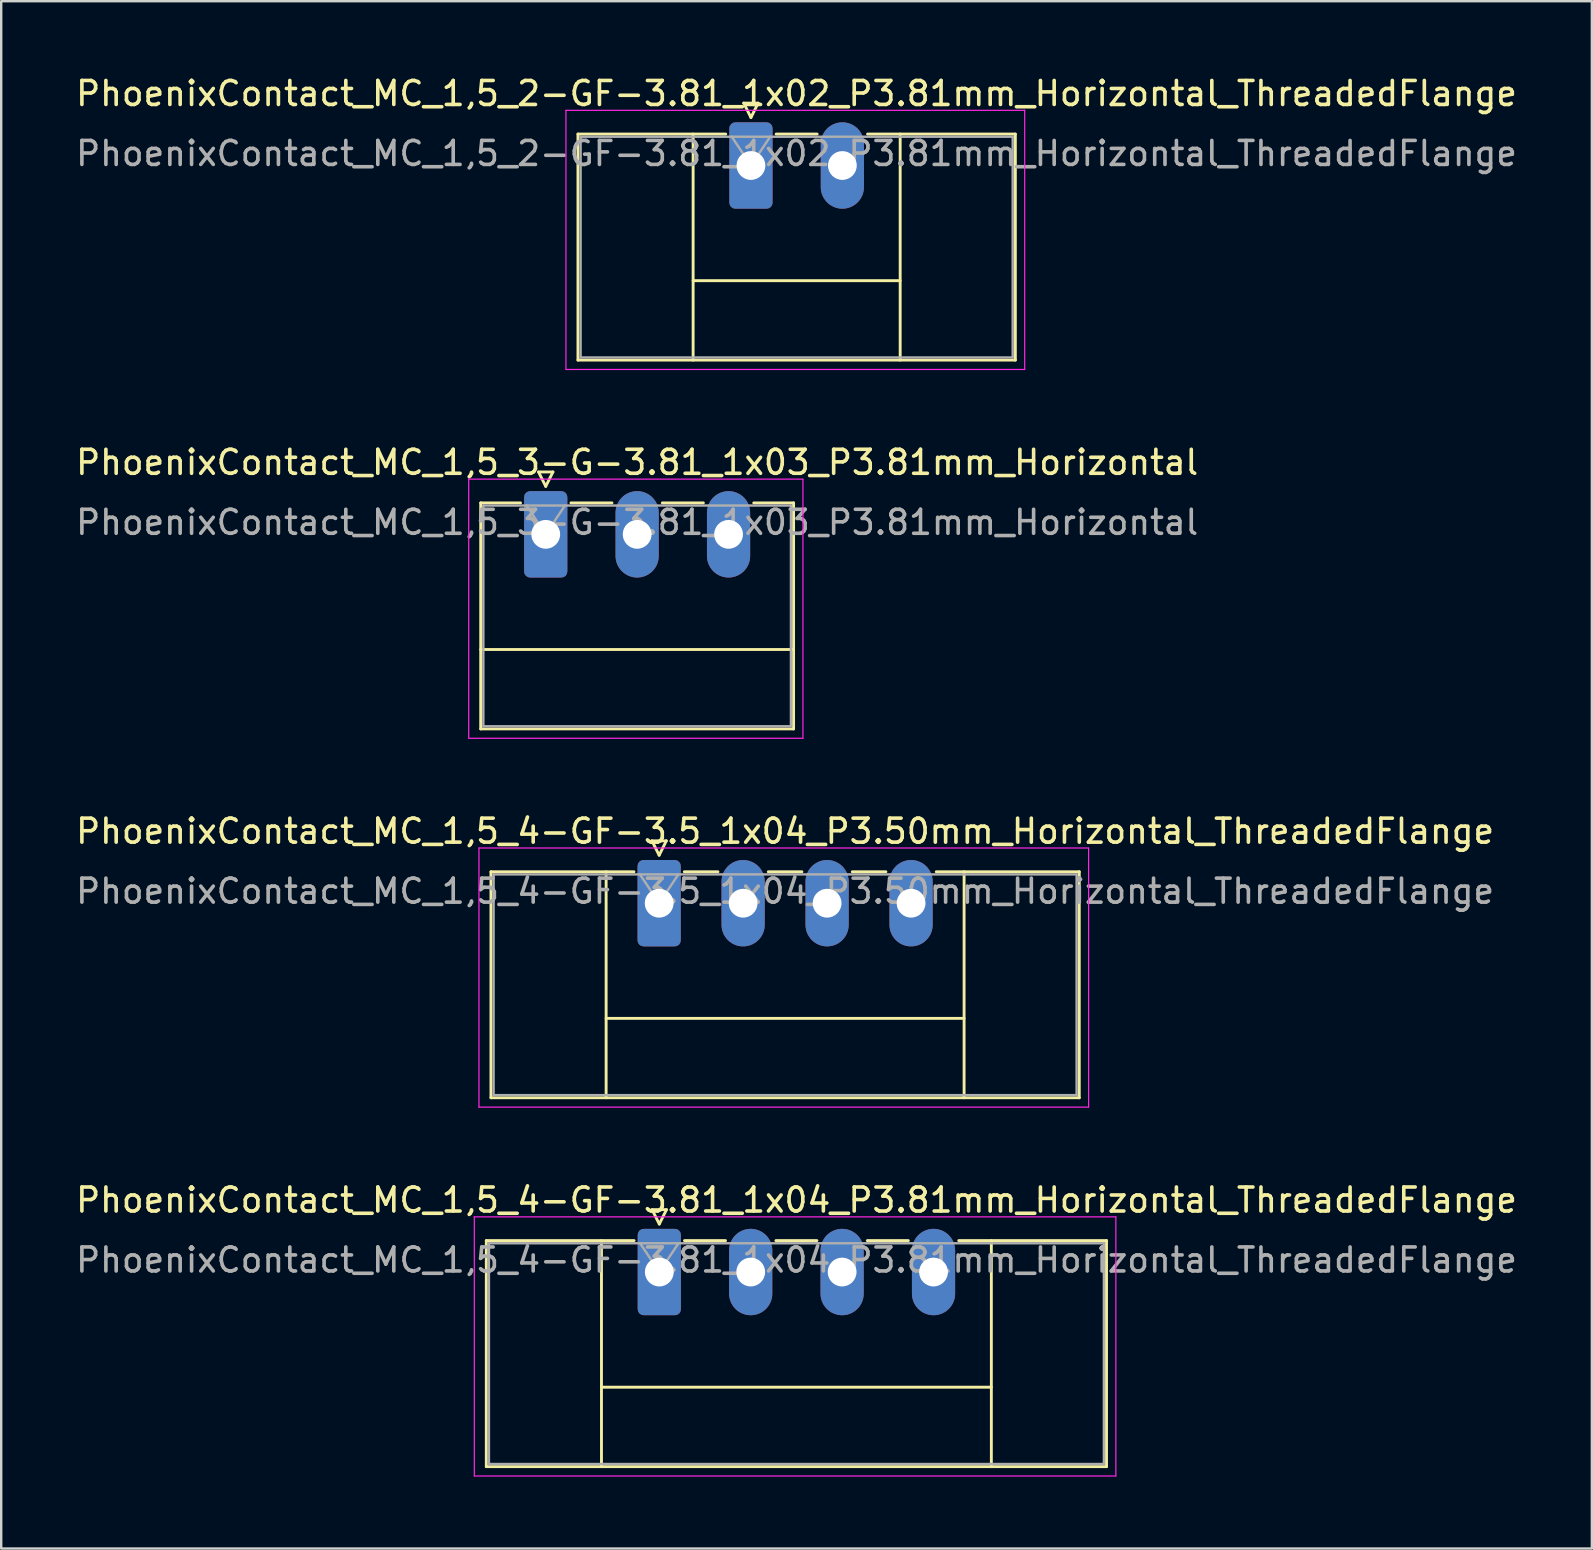
<source format=kicad_pcb>
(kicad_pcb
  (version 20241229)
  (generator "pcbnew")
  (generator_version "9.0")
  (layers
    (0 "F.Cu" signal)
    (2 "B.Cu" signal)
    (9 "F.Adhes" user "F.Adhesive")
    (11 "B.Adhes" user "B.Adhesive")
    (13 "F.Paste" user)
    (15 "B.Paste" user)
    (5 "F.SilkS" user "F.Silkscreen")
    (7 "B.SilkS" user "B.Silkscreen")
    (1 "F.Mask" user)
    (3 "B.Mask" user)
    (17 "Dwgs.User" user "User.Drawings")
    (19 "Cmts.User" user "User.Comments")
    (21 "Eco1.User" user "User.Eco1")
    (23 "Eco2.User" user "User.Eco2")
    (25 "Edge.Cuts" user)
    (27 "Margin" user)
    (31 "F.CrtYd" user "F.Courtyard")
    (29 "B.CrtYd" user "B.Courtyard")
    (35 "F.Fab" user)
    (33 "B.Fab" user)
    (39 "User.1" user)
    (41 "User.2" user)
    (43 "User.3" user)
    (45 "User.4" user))
  (footprint "PhoenixContact_MC_1,5_3-G-3.81_1x03_P3.81mm_Horizontal"
    (layer "F.Cu")
    (at 19.696 19.221)
    (property "Reference" "PhoenixContact_MC_1,5_3-G-3.81_1x03_P3.81mm_Horizontal" (at 3.81 -3 0) (layer "F.SilkS") (effects (font (size 1 1) (thickness 0.15))))
    (attr through_hole)
    (fp_line (start -2.71 -1.31) (end -2.71 8.11) (stroke (width 0.12) (type solid)) (layer "F.SilkS"))
    (fp_line (start -2.71 -1.31) (end -1.05 -1.31) (stroke (width 0.12) (type solid)) (layer "F.SilkS"))
    (fp_line (start -2.71 4.8) (end 10.33 4.8) (stroke (width 0.12) (type solid)) (layer "F.SilkS"))
    (fp_line (start -2.71 8.11) (end 10.33 8.11) (stroke (width 0.12) (type solid)) (layer "F.SilkS"))
    (fp_line (start -0.3 -2.6) (end 0.3 -2.6) (stroke (width 0.12) (type solid)) (layer "F.SilkS"))
    (fp_line (start 0 -2) (end -0.3 -2.6) (stroke (width 0.12) (type solid)) (layer "F.SilkS"))
    (fp_line (start 0.3 -2.6) (end 0 -2) (stroke (width 0.12) (type solid)) (layer "F.SilkS"))
    (fp_line (start 1.05 -1.31) (end 2.76 -1.31) (stroke (width 0.12) (type solid)) (layer "F.SilkS"))
    (fp_line (start 4.86 -1.31) (end 6.57 -1.31) (stroke (width 0.12) (type solid)) (layer "F.SilkS"))
    (fp_line (start 10.33 -1.31) (end 8.67 -1.31) (stroke (width 0.12) (type solid)) (layer "F.SilkS"))
    (fp_line (start 10.33 8.11) (end 10.33 -1.31) (stroke (width 0.12) (type solid)) (layer "F.SilkS"))
    (fp_line (start -3.21 -2.3) (end -3.21 8.5) (stroke (width 0.05) (type solid)) (layer "F.CrtYd"))
    (fp_line (start -3.21 8.5) (end 10.72 8.5) (stroke (width 0.05) (type solid)) (layer "F.CrtYd"))
    (fp_line (start 10.72 -2.3) (end -3.21 -2.3) (stroke (width 0.05) (type solid)) (layer "F.CrtYd"))
    (fp_line (start 10.72 8.5) (end 10.72 -2.3) (stroke (width 0.05) (type solid)) (layer "F.CrtYd"))
    (fp_line (start -2.6 -1.2) (end -2.6 8) (stroke (width 0.1) (type solid)) (layer "F.Fab"))
    (fp_line (start -2.6 8) (end 10.22 8) (stroke (width 0.1) (type solid)) (layer "F.Fab"))
    (fp_line (start 0 0) (end -0.8 -1.2) (stroke (width 0.1) (type solid)) (layer "F.Fab"))
    (fp_line (start 0.8 -1.2) (end 0 0) (stroke (width 0.1) (type solid)) (layer "F.Fab"))
    (fp_line (start 10.22 -1.2) (end -2.6 -1.2) (stroke (width 0.1) (type solid)) (layer "F.Fab"))
    (fp_line (start 10.22 8) (end 10.22 -1.2) (stroke (width 0.1) (type solid)) (layer "F.Fab"))
    (fp_text user "${REFERENCE}" (at 3.81 -0.5 0) (layer "F.Fab") (effects (font (size 1 1) (thickness 0.15))))
    (pad "1" thru_hole roundrect (at 0 0) (size 1.8 3.6) (drill 1.2) (layers "*.Cu" "*.Mask") (roundrect_rratio 0.139))
    (pad "2" thru_hole oval (at 3.81 0) (size 1.8 3.6) (drill 1.2) (layers "*.Cu" "*.Mask"))
    (pad "3" thru_hole oval (at 7.62 0) (size 1.8 3.6) (drill 1.2) (layers "*.Cu" "*.Mask")))
  (footprint "PhoenixContact_MC_1,5_2-GF-3.81_1x02_P3.81mm_Horizontal_ThreadedFlange"
    (layer "F.Cu")
    (at 28.249 3.848)
    (property "Reference" "PhoenixContact_MC_1,5_2-GF-3.81_1x02_P3.81mm_Horizontal_ThreadedFlange" (at 1.9 -3 0) (layer "F.SilkS") (effects (font (size 1 1) (thickness 0.15))))
    (attr through_hole)
    (fp_line (start -7.21 -1.31) (end -7.21 8.11) (stroke (width 0.12) (type solid)) (layer "F.SilkS"))
    (fp_line (start -7.21 -1.31) (end -1.05 -1.31) (stroke (width 0.12) (type solid)) (layer "F.SilkS"))
    (fp_line (start -7.21 8.11) (end 11.02 8.11) (stroke (width 0.12) (type solid)) (layer "F.SilkS"))
    (fp_line (start -2.41 -1.31) (end -2.41 8.11) (stroke (width 0.12) (type solid)) (layer "F.SilkS"))
    (fp_line (start -2.41 4.8) (end 6.22 4.8) (stroke (width 0.12) (type solid)) (layer "F.SilkS"))
    (fp_line (start -0.3 -2.6) (end 0.3 -2.6) (stroke (width 0.12) (type solid)) (layer "F.SilkS"))
    (fp_line (start 0 -2) (end -0.3 -2.6) (stroke (width 0.12) (type solid)) (layer "F.SilkS"))
    (fp_line (start 0.3 -2.6) (end 0 -2) (stroke (width 0.12) (type solid)) (layer "F.SilkS"))
    (fp_line (start 1.05 -1.31) (end 2.76 -1.31) (stroke (width 0.12) (type solid)) (layer "F.SilkS"))
    (fp_line (start 6.22 -1.31) (end 6.22 8.11) (stroke (width 0.12) (type solid)) (layer "F.SilkS"))
    (fp_line (start 11.02 -1.31) (end 4.86 -1.31) (stroke (width 0.12) (type solid)) (layer "F.SilkS"))
    (fp_line (start 11.02 8.11) (end 11.02 -1.31) (stroke (width 0.12) (type solid)) (layer "F.SilkS"))
    (fp_line (start -7.71 -2.3) (end -7.71 8.5) (stroke (width 0.05) (type solid)) (layer "F.CrtYd"))
    (fp_line (start -7.71 8.5) (end 11.41 8.5) (stroke (width 0.05) (type solid)) (layer "F.CrtYd"))
    (fp_line (start 11.41 -2.3) (end -7.71 -2.3) (stroke (width 0.05) (type solid)) (layer "F.CrtYd"))
    (fp_line (start 11.41 8.5) (end 11.41 -2.3) (stroke (width 0.05) (type solid)) (layer "F.CrtYd"))
    (fp_line (start -7.1 -1.2) (end -7.1 8) (stroke (width 0.1) (type solid)) (layer "F.Fab"))
    (fp_line (start -7.1 8) (end 10.91 8) (stroke (width 0.1) (type solid)) (layer "F.Fab"))
    (fp_line (start 0 0) (end -0.8 -1.2) (stroke (width 0.1) (type solid)) (layer "F.Fab"))
    (fp_line (start 0.8 -1.2) (end 0 0) (stroke (width 0.1) (type solid)) (layer "F.Fab"))
    (fp_line (start 10.91 -1.2) (end -7.1 -1.2) (stroke (width 0.1) (type solid)) (layer "F.Fab"))
    (fp_line (start 10.91 8) (end 10.91 -1.2) (stroke (width 0.1) (type solid)) (layer "F.Fab"))
    (fp_text user "${REFERENCE}" (at 1.9 -0.5 0) (layer "F.Fab") (effects (font (size 1 1) (thickness 0.15))))
    (pad "1" thru_hole roundrect (at 0 0) (size 1.8 3.6) (drill 1.2) (layers "*.Cu" "*.Mask") (roundrect_rratio 0.139))
    (pad "2" thru_hole oval (at 3.81 0) (size 1.8 3.6) (drill 1.2) (layers "*.Cu" "*.Mask")))
  (footprint "PhoenixContact_MC_1,5_4-GF-3.5_1x04_P3.50mm_Horizontal_ThreadedFlange"
    (layer "F.Cu")
    (at 24.423 34.595)
    (property "Reference" "PhoenixContact_MC_1,5_4-GF-3.5_1x04_P3.50mm_Horizontal_ThreadedFlange" (at 5.25 -3 0) (layer "F.SilkS") (effects (font (size 1 1) (thickness 0.15))))
    (attr through_hole)
    (fp_line (start -7.01 -1.31) (end -7.01 8.11) (stroke (width 0.12) (type solid)) (layer "F.SilkS"))
    (fp_line (start -7.01 -1.31) (end -1.05 -1.31) (stroke (width 0.12) (type solid)) (layer "F.SilkS"))
    (fp_line (start -7.01 8.11) (end 17.51 8.11) (stroke (width 0.12) (type solid)) (layer "F.SilkS"))
    (fp_line (start -2.21 -1.31) (end -2.21 8.11) (stroke (width 0.12) (type solid)) (layer "F.SilkS"))
    (fp_line (start -2.21 4.8) (end 12.71 4.8) (stroke (width 0.12) (type solid)) (layer "F.SilkS"))
    (fp_line (start -0.3 -2.6) (end 0.3 -2.6) (stroke (width 0.12) (type solid)) (layer "F.SilkS"))
    (fp_line (start 0 -2) (end -0.3 -2.6) (stroke (width 0.12) (type solid)) (layer "F.SilkS"))
    (fp_line (start 0.3 -2.6) (end 0 -2) (stroke (width 0.12) (type solid)) (layer "F.SilkS"))
    (fp_line (start 1.05 -1.31) (end 2.45 -1.31) (stroke (width 0.12) (type solid)) (layer "F.SilkS"))
    (fp_line (start 4.55 -1.31) (end 5.95 -1.31) (stroke (width 0.12) (type solid)) (layer "F.SilkS"))
    (fp_line (start 8.05 -1.31) (end 9.45 -1.31) (stroke (width 0.12) (type solid)) (layer "F.SilkS"))
    (fp_line (start 12.71 -1.31) (end 12.71 8.11) (stroke (width 0.12) (type solid)) (layer "F.SilkS"))
    (fp_line (start 17.51 -1.31) (end 11.55 -1.31) (stroke (width 0.12) (type solid)) (layer "F.SilkS"))
    (fp_line (start 17.51 8.11) (end 17.51 -1.31) (stroke (width 0.12) (type solid)) (layer "F.SilkS"))
    (fp_line (start -7.51 -2.3) (end -7.51 8.5) (stroke (width 0.05) (type solid)) (layer "F.CrtYd"))
    (fp_line (start -7.51 8.5) (end 17.9 8.5) (stroke (width 0.05) (type solid)) (layer "F.CrtYd"))
    (fp_line (start 17.9 -2.3) (end -7.51 -2.3) (stroke (width 0.05) (type solid)) (layer "F.CrtYd"))
    (fp_line (start 17.9 8.5) (end 17.9 -2.3) (stroke (width 0.05) (type solid)) (layer "F.CrtYd"))
    (fp_line (start -6.9 -1.2) (end -6.9 8) (stroke (width 0.1) (type solid)) (layer "F.Fab"))
    (fp_line (start -6.9 8) (end 17.4 8) (stroke (width 0.1) (type solid)) (layer "F.Fab"))
    (fp_line (start 0 0) (end -0.8 -1.2) (stroke (width 0.1) (type solid)) (layer "F.Fab"))
    (fp_line (start 0.8 -1.2) (end 0 0) (stroke (width 0.1) (type solid)) (layer "F.Fab"))
    (fp_line (start 17.4 -1.2) (end -6.9 -1.2) (stroke (width 0.1) (type solid)) (layer "F.Fab"))
    (fp_line (start 17.4 8) (end 17.4 -1.2) (stroke (width 0.1) (type solid)) (layer "F.Fab"))
    (fp_text user "${REFERENCE}" (at 5.25 -0.5 0) (layer "F.Fab") (effects (font (size 1 1) (thickness 0.15))))
    (pad "1" thru_hole roundrect (at 0 0) (size 1.8 3.6) (drill 1.2) (layers "*.Cu" "*.Mask") (roundrect_rratio 0.139))
    (pad "2" thru_hole oval (at 3.5 0) (size 1.8 3.6) (drill 1.2) (layers "*.Cu" "*.Mask"))
    (pad "3" thru_hole oval (at 7 0) (size 1.8 3.6) (drill 1.2) (layers "*.Cu" "*.Mask"))
    (pad "4" thru_hole oval (at 10.5 0) (size 1.8 3.6) (drill 1.2) (layers "*.Cu" "*.Mask")))
  (footprint "PhoenixContact_MC_1,5_4-GF-3.81_1x04_P3.81mm_Horizontal_ThreadedFlange"
    (layer "F.Cu")
    (at 24.429 49.968)
    (property "Reference" "PhoenixContact_MC_1,5_4-GF-3.81_1x04_P3.81mm_Horizontal_ThreadedFlange" (at 5.72 -3 0) (layer "F.SilkS") (effects (font (size 1 1) (thickness 0.15))))
    (attr through_hole)
    (fp_line (start -7.21 -1.31) (end -7.21 8.11) (stroke (width 0.12) (type solid)) (layer "F.SilkS"))
    (fp_line (start -7.21 -1.31) (end -1.05 -1.31) (stroke (width 0.12) (type solid)) (layer "F.SilkS"))
    (fp_line (start -7.21 8.11) (end 18.64 8.11) (stroke (width 0.12) (type solid)) (layer "F.SilkS"))
    (fp_line (start -2.41 -1.31) (end -2.41 8.11) (stroke (width 0.12) (type solid)) (layer "F.SilkS"))
    (fp_line (start -2.41 4.8) (end 13.84 4.8) (stroke (width 0.12) (type solid)) (layer "F.SilkS"))
    (fp_line (start -0.3 -2.6) (end 0.3 -2.6) (stroke (width 0.12) (type solid)) (layer "F.SilkS"))
    (fp_line (start 0 -2) (end -0.3 -2.6) (stroke (width 0.12) (type solid)) (layer "F.SilkS"))
    (fp_line (start 0.3 -2.6) (end 0 -2) (stroke (width 0.12) (type solid)) (layer "F.SilkS"))
    (fp_line (start 1.05 -1.31) (end 2.76 -1.31) (stroke (width 0.12) (type solid)) (layer "F.SilkS"))
    (fp_line (start 4.86 -1.31) (end 6.57 -1.31) (stroke (width 0.12) (type solid)) (layer "F.SilkS"))
    (fp_line (start 8.67 -1.31) (end 10.38 -1.31) (stroke (width 0.12) (type solid)) (layer "F.SilkS"))
    (fp_line (start 13.84 -1.31) (end 13.84 8.11) (stroke (width 0.12) (type solid)) (layer "F.SilkS"))
    (fp_line (start 18.64 -1.31) (end 12.48 -1.31) (stroke (width 0.12) (type solid)) (layer "F.SilkS"))
    (fp_line (start 18.64 8.11) (end 18.64 -1.31) (stroke (width 0.12) (type solid)) (layer "F.SilkS"))
    (fp_line (start -7.71 -2.3) (end -7.71 8.5) (stroke (width 0.05) (type solid)) (layer "F.CrtYd"))
    (fp_line (start -7.71 8.5) (end 19.03 8.5) (stroke (width 0.05) (type solid)) (layer "F.CrtYd"))
    (fp_line (start 19.03 -2.3) (end -7.71 -2.3) (stroke (width 0.05) (type solid)) (layer "F.CrtYd"))
    (fp_line (start 19.03 8.5) (end 19.03 -2.3) (stroke (width 0.05) (type solid)) (layer "F.CrtYd"))
    (fp_line (start -7.1 -1.2) (end -7.1 8) (stroke (width 0.1) (type solid)) (layer "F.Fab"))
    (fp_line (start -7.1 8) (end 18.53 8) (stroke (width 0.1) (type solid)) (layer "F.Fab"))
    (fp_line (start 0 0) (end -0.8 -1.2) (stroke (width 0.1) (type solid)) (layer "F.Fab"))
    (fp_line (start 0.8 -1.2) (end 0 0) (stroke (width 0.1) (type solid)) (layer "F.Fab"))
    (fp_line (start 18.53 -1.2) (end -7.1 -1.2) (stroke (width 0.1) (type solid)) (layer "F.Fab"))
    (fp_line (start 18.53 8) (end 18.53 -1.2) (stroke (width 0.1) (type solid)) (layer "F.Fab"))
    (fp_text user "${REFERENCE}" (at 5.72 -0.5 0) (layer "F.Fab") (effects (font (size 1 1) (thickness 0.15))))
    (pad "1" thru_hole roundrect (at 0 0) (size 1.8 3.6) (drill 1.2) (layers "*.Cu" "*.Mask") (roundrect_rratio 0.139))
    (pad "2" thru_hole oval (at 3.81 0) (size 1.8 3.6) (drill 1.2) (layers "*.Cu" "*.Mask"))
    (pad "3" thru_hole oval (at 7.62 0) (size 1.8 3.6) (drill 1.2) (layers "*.Cu" "*.Mask"))
    (pad "4" thru_hole oval (at 11.43 0) (size 1.8 3.6) (drill 1.2) (layers "*.Cu" "*.Mask")))
  (gr_rect
    (start -3 -3)
    (end 63.298 61.493)
    (stroke (width 0.1) (type default))
    (fill no)
    (layer "Edge.Cuts")))
</source>
